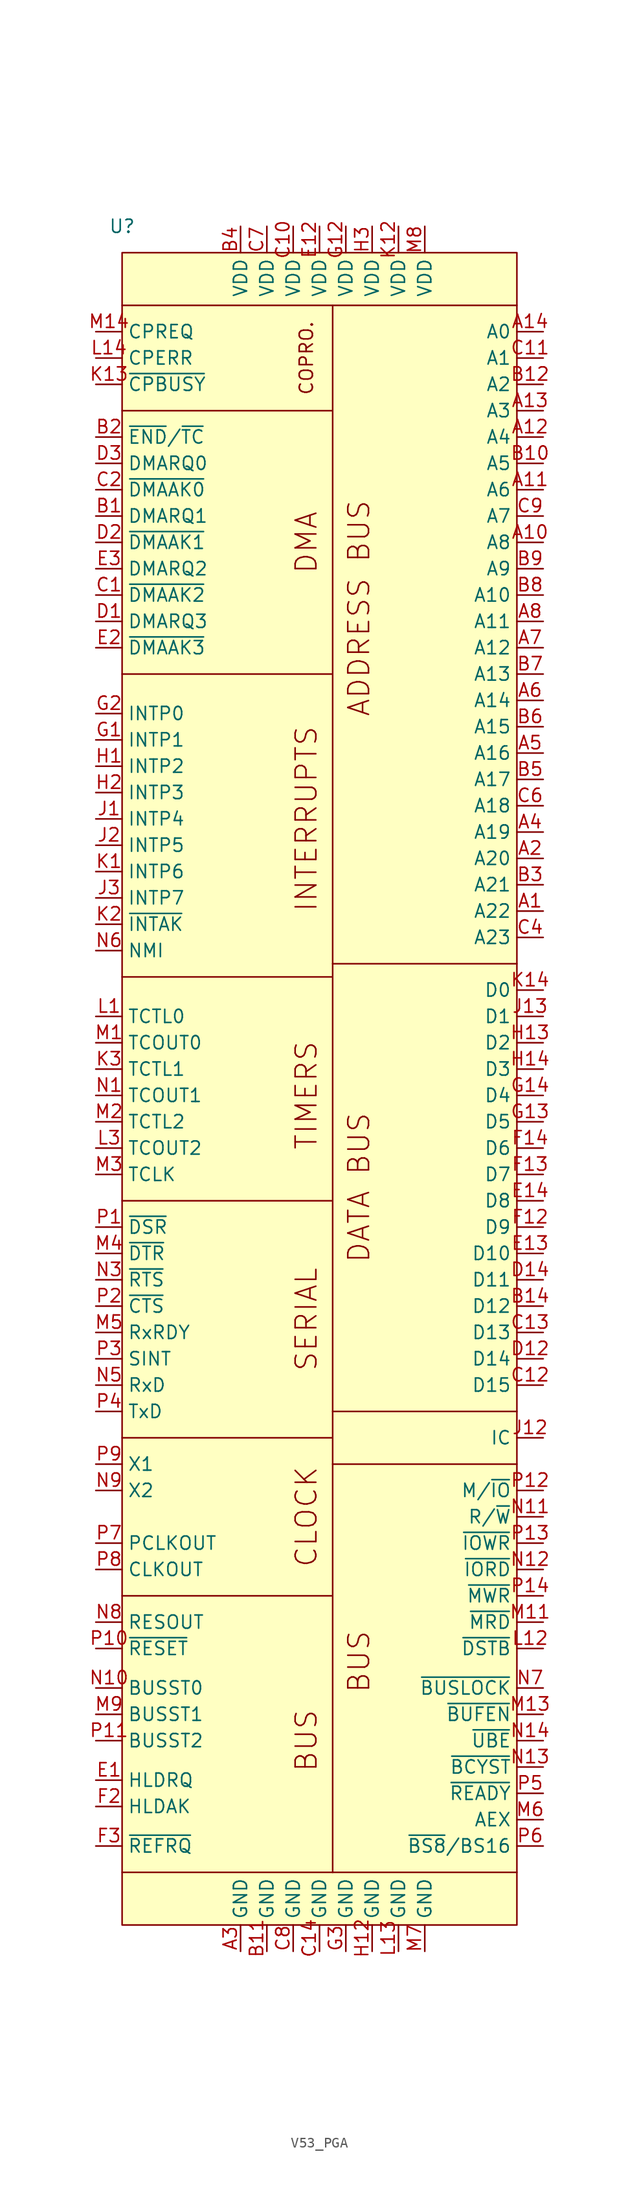
<source format=kicad_sym>
(kicad_symbol_lib
  (version 20220914)
  (generator kicad_symbol_editor)
  (symbol "V53_PGA"
    (property "Reference" "U"
      (at 0 163.83 0)
      (effects (font (size 1.27 1.27))))
    (property "Value" ""
      (at 0 66.04 0)
      (effects (font (size 1.27 1.27))))
    (symbol "V53_PGA_1_1"
      (polyline (pts (xy 0 5.08) (xy 38.1 5.08)) (stroke (width 0) (type default)) (fill (type none)))
      (polyline (pts (xy 0 31.75) (xy 20.32 31.75)) (stroke (width 0) (type default)) (fill (type none)))
      (polyline (pts (xy 0 46.99) (xy 20.32 46.99)) (stroke (width 0) (type default)) (fill (type none)))
      (polyline (pts (xy 0 69.85) (xy 20.32 69.85)) (stroke (width 0) (type default)) (fill (type none)))
      (polyline (pts (xy 0 91.44) (xy 20.32 91.44)) (stroke (width 0) (type default)) (fill (type none)))
      (polyline (pts (xy 0 120.65) (xy 20.32 120.65)) (stroke (width 0) (type default)) (fill (type none)))
      (polyline (pts (xy 0 146.05) (xy 20.32 146.05)) (stroke (width 0) (type default)) (fill (type none)))
      (polyline (pts (xy 0 156.21) (xy 38.1 156.21)) (stroke (width 0) (type default)) (fill (type none)))
      (polyline (pts (xy 20.32 156.21) (xy 20.32 5.08)) (stroke (width 0) (type default)) (fill (type none)))
      (polyline (pts (xy 38.1 44.45) (xy 20.32 44.45)) (stroke (width 0) (type default)) (fill (type none)))
      (polyline (pts (xy 38.1 49.53) (xy 20.32 49.53)) (stroke (width 0) (type default)) (fill (type none)))
      (polyline (pts (xy 38.1 92.71) (xy 20.32 92.71)) (stroke (width 0) (type default)) (fill (type none)))
      (rectangle (start 0 161.29) (end 38.1 0) (stroke (width 0) (type default)) (fill (type background)))
      (text "ADDRESS BUS" (at 22.86 127 900) (effects (font (size 2 2))))
      (text "BUS" (at 17.78 17.78 900) (effects (font (size 2 2))))
      (text "BUS" (at 22.86 25.4 900) (effects (font (size 2 2))))
      (text "CLOCK" (at 17.78 39.37 900) (effects (font (size 2 2))))
      (text "COPRO." (at 17.78 151.13 900) (effects (font (size 1.27 1.27))))
      (text "DATA BUS" (at 22.86 71.12 900) (effects (font (size 2 2))))
      (text "DMA" (at 17.78 133.35 900) (effects (font (size 2 2))))
      (text "INTERRUPTS" (at 17.78 106.68 900) (effects (font (size 2 2))))
      (text "SERIAL" (at 17.78 58.42 900) (effects (font (size 2 2))))
      (text "TIMERS" (at 17.78 80.01 900) (effects (font (size 2 2))))
      (pin output line (at 40.64 97.79 180) (length 2.54) (name "A22" (effects (font (size 1.27 1.27)))) (number "A1" (effects (font (size 1.27 1.27)))))
      (pin output line (at 40.64 133.35 180) (length 2.54) (name "A8" (effects (font (size 1.27 1.27)))) (number "A10" (effects (font (size 1.27 1.27)))))
      (pin output line (at 40.64 138.43 180) (length 2.54) (name "A6" (effects (font (size 1.27 1.27)))) (number "A11" (effects (font (size 1.27 1.27)))))
      (pin output line (at 40.64 143.51 180) (length 2.54) (name "A4" (effects (font (size 1.27 1.27)))) (number "A12" (effects (font (size 1.27 1.27)))))
      (pin output line (at 40.64 146.05 180) (length 2.54) (name "A3" (effects (font (size 1.27 1.27)))) (number "A13" (effects (font (size 1.27 1.27)))))
      (pin output line (at 40.64 153.67 180) (length 2.54) (name "A0" (effects (font (size 1.27 1.27)))) (number "A14" (effects (font (size 1.27 1.27)))))
      (pin output line (at 40.64 102.87 180) (length 2.54) (name "A20" (effects (font (size 1.27 1.27)))) (number "A2" (effects (font (size 1.27 1.27)))))
      (pin power_in line (at 11.43 -2.54 90) (length 2.54) (name "GND" (effects (font (size 1.27 1.27)))) (number "A3" (effects (font (size 1.27 1.27)))))
      (pin output line (at 40.64 105.41 180) (length 2.54) (name "A19" (effects (font (size 1.27 1.27)))) (number "A4" (effects (font (size 1.27 1.27)))))
      (pin output line (at 40.64 113.03 180) (length 2.54) (name "A16" (effects (font (size 1.27 1.27)))) (number "A5" (effects (font (size 1.27 1.27)))))
      (pin output line (at 40.64 118.11 180) (length 2.54) (name "A14" (effects (font (size 1.27 1.27)))) (number "A6" (effects (font (size 1.27 1.27)))))
      (pin output line (at 40.64 123.19 180) (length 2.54) (name "A12" (effects (font (size 1.27 1.27)))) (number "A7" (effects (font (size 1.27 1.27)))))
      (pin output line (at 40.64 125.73 180) (length 2.54) (name "A11" (effects (font (size 1.27 1.27)))) (number "A8" (effects (font (size 1.27 1.27)))))
      (pin input line (at -2.54 135.89 0) (length 2.54) (name "DMARQ1" (effects (font (size 1.27 1.27)))) (number "B1" (effects (font (size 1.27 1.27)))))
      (pin output line (at 40.64 140.97 180) (length 2.54) (name "A5" (effects (font (size 1.27 1.27)))) (number "B10" (effects (font (size 1.27 1.27)))))
      (pin power_in line (at 13.97 -2.54 90) (length 2.54) (name "GND" (effects (font (size 1.27 1.27)))) (number "B11" (effects (font (size 1.27 1.27)))))
      (pin output line (at 40.64 148.59 180) (length 2.54) (name "A2" (effects (font (size 1.27 1.27)))) (number "B12" (effects (font (size 1.27 1.27)))))
      (pin bidirectional line (at 40.64 59.69 180) (length 2.54) (name "D12" (effects (font (size 1.27 1.27)))) (number "B14" (effects (font (size 1.27 1.27)))))
      (pin bidirectional line (at -2.54 143.51 0) (length 2.54) (name "~{END}/~{TC}" (effects (font (size 1.27 1.27)))) (number "B2" (effects (font (size 1.27 1.27)))))
      (pin output line (at 40.64 100.33 180) (length 2.54) (name "A21" (effects (font (size 1.27 1.27)))) (number "B3" (effects (font (size 1.27 1.27)))))
      (pin power_in line (at 11.43 163.83 270) (length 2.54) (name "VDD" (effects (font (size 1.27 1.27)))) (number "B4" (effects (font (size 1.27 1.27)))))
      (pin output line (at 40.64 110.49 180) (length 2.54) (name "A17" (effects (font (size 1.27 1.27)))) (number "B5" (effects (font (size 1.27 1.27)))))
      (pin output line (at 40.64 115.57 180) (length 2.54) (name "A15" (effects (font (size 1.27 1.27)))) (number "B6" (effects (font (size 1.27 1.27)))))
      (pin output line (at 40.64 120.65 180) (length 2.54) (name "A13" (effects (font (size 1.27 1.27)))) (number "B7" (effects (font (size 1.27 1.27)))))
      (pin output line (at 40.64 128.27 180) (length 2.54) (name "A10" (effects (font (size 1.27 1.27)))) (number "B8" (effects (font (size 1.27 1.27)))))
      (pin output line (at 40.64 130.81 180) (length 2.54) (name "A9" (effects (font (size 1.27 1.27)))) (number "B9" (effects (font (size 1.27 1.27)))))
      (pin output line (at -2.54 128.27 0) (length 2.54) (name "~{DMAAK2}" (effects (font (size 1.27 1.27)))) (number "C1" (effects (font (size 1.27 1.27)))))
      (pin power_in line (at 16.51 163.83 270) (length 2.54) (name "VDD" (effects (font (size 1.27 1.27)))) (number "C10" (effects (font (size 1.27 1.27)))))
      (pin output line (at 40.64 151.13 180) (length 2.54) (name "A1" (effects (font (size 1.27 1.27)))) (number "C11" (effects (font (size 1.27 1.27)))))
      (pin bidirectional line (at 40.64 52.07 180) (length 2.54) (name "D15" (effects (font (size 1.27 1.27)))) (number "C12" (effects (font (size 1.27 1.27)))))
      (pin bidirectional line (at 40.64 57.15 180) (length 2.54) (name "D13" (effects (font (size 1.27 1.27)))) (number "C13" (effects (font (size 1.27 1.27)))))
      (pin power_in line (at 19.05 -2.54 90) (length 2.54) (name "GND" (effects (font (size 1.27 1.27)))) (number "C14" (effects (font (size 1.27 1.27)))))
      (pin output line (at -2.54 138.43 0) (length 2.54) (name "~{DMAAK0}" (effects (font (size 1.27 1.27)))) (number "C2" (effects (font (size 1.27 1.27)))))
      (pin output line (at 40.64 95.25 180) (length 2.54) (name "A23" (effects (font (size 1.27 1.27)))) (number "C4" (effects (font (size 1.27 1.27)))))
      (pin output line (at 40.64 107.95 180) (length 2.54) (name "A18" (effects (font (size 1.27 1.27)))) (number "C6" (effects (font (size 1.27 1.27)))))
      (pin power_in line (at 13.97 163.83 270) (length 2.54) (name "VDD" (effects (font (size 1.27 1.27)))) (number "C7" (effects (font (size 1.27 1.27)))))
      (pin power_in line (at 16.51 -2.54 90) (length 2.54) (name "GND" (effects (font (size 1.27 1.27)))) (number "C8" (effects (font (size 1.27 1.27)))))
      (pin output line (at 40.64 135.89 180) (length 2.54) (name "A7" (effects (font (size 1.27 1.27)))) (number "C9" (effects (font (size 1.27 1.27)))))
      (pin input line (at -2.54 125.73 0) (length 2.54) (name "DMARQ3" (effects (font (size 1.27 1.27)))) (number "D1" (effects (font (size 1.27 1.27)))))
      (pin bidirectional line (at 40.64 54.61 180) (length 2.54) (name "D14" (effects (font (size 1.27 1.27)))) (number "D12" (effects (font (size 1.27 1.27)))))
      (pin bidirectional line (at 40.64 62.23 180) (length 2.54) (name "D11" (effects (font (size 1.27 1.27)))) (number "D14" (effects (font (size 1.27 1.27)))))
      (pin output line (at -2.54 133.35 0) (length 2.54) (name "~{DMAAK1}" (effects (font (size 1.27 1.27)))) (number "D2" (effects (font (size 1.27 1.27)))))
      (pin input line (at -2.54 140.97 0) (length 2.54) (name "DMARQ0" (effects (font (size 1.27 1.27)))) (number "D3" (effects (font (size 1.27 1.27)))))
      (pin input line (at -2.54 13.97 0) (length 2.54) (name "HLDRQ" (effects (font (size 1.27 1.27)))) (number "E1" (effects (font (size 1.27 1.27)))))
      (pin power_in line (at 19.05 163.83 270) (length 2.54) (name "VDD" (effects (font (size 1.27 1.27)))) (number "E12" (effects (font (size 1.27 1.27)))))
      (pin bidirectional line (at 40.64 64.77 180) (length 2.54) (name "D10" (effects (font (size 1.27 1.27)))) (number "E13" (effects (font (size 1.27 1.27)))))
      (pin bidirectional line (at 40.64 69.85 180) (length 2.54) (name "D8" (effects (font (size 1.27 1.27)))) (number "E14" (effects (font (size 1.27 1.27)))))
      (pin output line (at -2.54 123.19 0) (length 2.54) (name "~{DMAAK3}" (effects (font (size 1.27 1.27)))) (number "E2" (effects (font (size 1.27 1.27)))))
      (pin input line (at -2.54 130.81 0) (length 2.54) (name "DMARQ2" (effects (font (size 1.27 1.27)))) (number "E3" (effects (font (size 1.27 1.27)))))
      (pin bidirectional line (at 40.64 67.31 180) (length 2.54) (name "D9" (effects (font (size 1.27 1.27)))) (number "F12" (effects (font (size 1.27 1.27)))))
      (pin bidirectional line (at 40.64 72.39 180) (length 2.54) (name "D7" (effects (font (size 1.27 1.27)))) (number "F13" (effects (font (size 1.27 1.27)))))
      (pin bidirectional line (at 40.64 74.93 180) (length 2.54) (name "D6" (effects (font (size 1.27 1.27)))) (number "F14" (effects (font (size 1.27 1.27)))))
      (pin output line (at -2.54 11.43 0) (length 2.54) (name "HLDAK" (effects (font (size 1.27 1.27)))) (number "F2" (effects (font (size 1.27 1.27)))))
      (pin output line (at -2.54 7.62 0) (length 2.54) (name "~{REFRQ}" (effects (font (size 1.27 1.27)))) (number "F3" (effects (font (size 1.27 1.27)))))
      (pin input line (at -2.54 114.3 0) (length 2.54) (name "INTP1" (effects (font (size 1.27 1.27)))) (number "G1" (effects (font (size 1.27 1.27)))))
      (pin power_in line (at 21.59 163.83 270) (length 2.54) (name "VDD" (effects (font (size 1.27 1.27)))) (number "G12" (effects (font (size 1.27 1.27)))))
      (pin bidirectional line (at 40.64 77.47 180) (length 2.54) (name "D5" (effects (font (size 1.27 1.27)))) (number "G13" (effects (font (size 1.27 1.27)))))
      (pin bidirectional line (at 40.64 80.01 180) (length 2.54) (name "D4" (effects (font (size 1.27 1.27)))) (number "G14" (effects (font (size 1.27 1.27)))))
      (pin input line (at -2.54 116.84 0) (length 2.54) (name "INTP0" (effects (font (size 1.27 1.27)))) (number "G2" (effects (font (size 1.27 1.27)))))
      (pin power_in line (at 21.59 -2.54 90) (length 2.54) (name "GND" (effects (font (size 1.27 1.27)))) (number "G3" (effects (font (size 1.27 1.27)))))
      (pin input line (at -2.54 111.76 0) (length 2.54) (name "INTP2" (effects (font (size 1.27 1.27)))) (number "H1" (effects (font (size 1.27 1.27)))))
      (pin power_in line (at 24.13 -2.54 90) (length 2.54) (name "GND" (effects (font (size 1.27 1.27)))) (number "H12" (effects (font (size 1.27 1.27)))))
      (pin bidirectional line (at 40.64 85.09 180) (length 2.54) (name "D2" (effects (font (size 1.27 1.27)))) (number "H13" (effects (font (size 1.27 1.27)))))
      (pin bidirectional line (at 40.64 82.55 180) (length 2.54) (name "D3" (effects (font (size 1.27 1.27)))) (number "H14" (effects (font (size 1.27 1.27)))))
      (pin input line (at -2.54 109.22 0) (length 2.54) (name "INTP3" (effects (font (size 1.27 1.27)))) (number "H2" (effects (font (size 1.27 1.27)))))
      (pin power_in line (at 24.13 163.83 270) (length 2.54) (name "VDD" (effects (font (size 1.27 1.27)))) (number "H3" (effects (font (size 1.27 1.27)))))
      (pin input line (at -2.54 106.68 0) (length 2.54) (name "INTP4" (effects (font (size 1.27 1.27)))) (number "J1" (effects (font (size 1.27 1.27)))))
      (pin unspecified line (at 40.64 46.99 180) (length 2.54) (name "IC" (effects (font (size 1.27 1.27)))) (number "J12" (effects (font (size 1.27 1.27)))))
      (pin bidirectional line (at 40.64 87.63 180) (length 2.54) (name "D1" (effects (font (size 1.27 1.27)))) (number "J13" (effects (font (size 1.27 1.27)))))
      (pin input line (at -2.54 104.14 0) (length 2.54) (name "INTP5" (effects (font (size 1.27 1.27)))) (number "J2" (effects (font (size 1.27 1.27)))))
      (pin input line (at -2.54 99.06 0) (length 2.54) (name "INTP7" (effects (font (size 1.27 1.27)))) (number "J3" (effects (font (size 1.27 1.27)))))
      (pin input line (at -2.54 101.6 0) (length 2.54) (name "INTP6" (effects (font (size 1.27 1.27)))) (number "K1" (effects (font (size 1.27 1.27)))))
      (pin power_in line (at 26.67 163.83 270) (length 2.54) (name "VDD" (effects (font (size 1.27 1.27)))) (number "K12" (effects (font (size 1.27 1.27)))))
      (pin input line (at -2.54 148.59 0) (length 2.54) (name "~{CPBUSY}" (effects (font (size 1.27 1.27)))) (number "K13" (effects (font (size 1.27 1.27)))))
      (pin bidirectional line (at 40.64 90.17 180) (length 2.54) (name "D0" (effects (font (size 1.27 1.27)))) (number "K14" (effects (font (size 1.27 1.27)))))
      (pin output line (at -2.54 96.52 0) (length 2.54) (name "~{INTAK}" (effects (font (size 1.27 1.27)))) (number "K2" (effects (font (size 1.27 1.27)))))
      (pin input line (at -2.54 82.55 0) (length 2.54) (name "TCTL1" (effects (font (size 1.27 1.27)))) (number "K3" (effects (font (size 1.27 1.27)))))
      (pin input line (at -2.54 87.63 0) (length 2.54) (name "TCTL0" (effects (font (size 1.27 1.27)))) (number "L1" (effects (font (size 1.27 1.27)))))
      (pin output line (at 40.64 26.67 180) (length 2.54) (name "~{DSTB}" (effects (font (size 1.27 1.27)))) (number "L12" (effects (font (size 1.27 1.27)))))
      (pin power_in line (at 26.67 -2.54 90) (length 2.54) (name "GND" (effects (font (size 1.27 1.27)))) (number "L13" (effects (font (size 1.27 1.27)))))
      (pin input line (at -2.54 151.13 0) (length 2.54) (name "CPERR" (effects (font (size 1.27 1.27)))) (number "L14" (effects (font (size 1.27 1.27)))))
      (pin output line (at -2.54 74.93 0) (length 2.54) (name "TCOUT2" (effects (font (size 1.27 1.27)))) (number "L3" (effects (font (size 1.27 1.27)))))
      (pin output line (at -2.54 85.09 0) (length 2.54) (name "TCOUT0" (effects (font (size 1.27 1.27)))) (number "M1" (effects (font (size 1.27 1.27)))))
      (pin output line (at 40.64 29.21 180) (length 2.54) (name "~{MRD}" (effects (font (size 1.27 1.27)))) (number "M11" (effects (font (size 1.27 1.27)))))
      (pin output line (at 40.64 20.32 180) (length 2.54) (name "~{BUFEN}" (effects (font (size 1.27 1.27)))) (number "M13" (effects (font (size 1.27 1.27)))))
      (pin input line (at -2.54 153.67 0) (length 2.54) (name "CPREQ" (effects (font (size 1.27 1.27)))) (number "M14" (effects (font (size 1.27 1.27)))))
      (pin input line (at -2.54 77.47 0) (length 2.54) (name "TCTL2" (effects (font (size 1.27 1.27)))) (number "M2" (effects (font (size 1.27 1.27)))))
      (pin input line (at -2.54 72.39 0) (length 2.54) (name "TCLK" (effects (font (size 1.27 1.27)))) (number "M3" (effects (font (size 1.27 1.27)))))
      (pin output line (at -2.54 64.77 0) (length 2.54) (name "~{DTR}" (effects (font (size 1.27 1.27)))) (number "M4" (effects (font (size 1.27 1.27)))))
      (pin output line (at -2.54 57.15 0) (length 2.54) (name "RxRDY" (effects (font (size 1.27 1.27)))) (number "M5" (effects (font (size 1.27 1.27)))))
      (pin output line (at 40.64 10.16 180) (length 2.54) (name "AEX" (effects (font (size 1.27 1.27)))) (number "M6" (effects (font (size 1.27 1.27)))))
      (pin power_in line (at 29.21 -2.54 90) (length 2.54) (name "GND" (effects (font (size 1.27 1.27)))) (number "M7" (effects (font (size 1.27 1.27)))))
      (pin power_in line (at 29.21 163.83 270) (length 2.54) (name "VDD" (effects (font (size 1.27 1.27)))) (number "M8" (effects (font (size 1.27 1.27)))))
      (pin output line (at -2.54 20.32 0) (length 2.54) (name "BUSST1" (effects (font (size 1.27 1.27)))) (number "M9" (effects (font (size 1.27 1.27)))))
      (pin output line (at -2.54 80.01 0) (length 2.54) (name "TCOUT1" (effects (font (size 1.27 1.27)))) (number "N1" (effects (font (size 1.27 1.27)))))
      (pin output line (at -2.54 22.86 0) (length 2.54) (name "BUSST0" (effects (font (size 1.27 1.27)))) (number "N10" (effects (font (size 1.27 1.27)))))
      (pin output line (at 40.64 39.37 180) (length 2.54) (name "R/~{W}" (effects (font (size 1.27 1.27)))) (number "N11" (effects (font (size 1.27 1.27)))))
      (pin output line (at 40.64 34.29 180) (length 2.54) (name "~{IORD}" (effects (font (size 1.27 1.27)))) (number "N12" (effects (font (size 1.27 1.27)))))
      (pin output line (at 40.64 15.24 180) (length 2.54) (name "~{BCYST}" (effects (font (size 1.27 1.27)))) (number "N13" (effects (font (size 1.27 1.27)))))
      (pin output line (at 40.64 17.78 180) (length 2.54) (name "~{UBE}" (effects (font (size 1.27 1.27)))) (number "N14" (effects (font (size 1.27 1.27)))))
      (pin output line (at -2.54 62.23 0) (length 2.54) (name "~{RTS}" (effects (font (size 1.27 1.27)))) (number "N3" (effects (font (size 1.27 1.27)))))
      (pin input line (at -2.54 52.07 0) (length 2.54) (name "RxD" (effects (font (size 1.27 1.27)))) (number "N5" (effects (font (size 1.27 1.27)))))
      (pin input line (at -2.54 93.98 0) (length 2.54) (name "NMI" (effects (font (size 1.27 1.27)))) (number "N6" (effects (font (size 1.27 1.27)))))
      (pin output line (at 40.64 22.86 180) (length 2.54) (name "~{BUSLOCK}" (effects (font (size 1.27 1.27)))) (number "N7" (effects (font (size 1.27 1.27)))))
      (pin output line (at -2.54 29.21 0) (length 2.54) (name "RESOUT" (effects (font (size 1.27 1.27)))) (number "N8" (effects (font (size 1.27 1.27)))))
      (pin unspecified line (at -2.54 41.91 0) (length 2.54) (name "X2" (effects (font (size 1.27 1.27)))) (number "N9" (effects (font (size 1.27 1.27)))))
      (pin input line (at -2.54 67.31 0) (length 2.54) (name "~{DSR}" (effects (font (size 1.27 1.27)))) (number "P1" (effects (font (size 1.27 1.27)))))
      (pin input line (at -2.54 26.67 0) (length 2.54) (name "~{RESET}" (effects (font (size 1.27 1.27)))) (number "P10" (effects (font (size 1.27 1.27)))))
      (pin output line (at -2.54 17.78 0) (length 2.54) (name "BUSST2" (effects (font (size 1.27 1.27)))) (number "P11" (effects (font (size 1.27 1.27)))))
      (pin output line (at 40.64 41.91 180) (length 2.54) (name "M/~{IO}" (effects (font (size 1.27 1.27)))) (number "P12" (effects (font (size 1.27 1.27)))))
      (pin output line (at 40.64 36.83 180) (length 2.54) (name "~{IOWR}" (effects (font (size 1.27 1.27)))) (number "P13" (effects (font (size 1.27 1.27)))))
      (pin output line (at 40.64 31.75 180) (length 2.54) (name "~{MWR}" (effects (font (size 1.27 1.27)))) (number "P14" (effects (font (size 1.27 1.27)))))
      (pin output line (at -2.54 59.69 0) (length 2.54) (name "~{CTS}" (effects (font (size 1.27 1.27)))) (number "P2" (effects (font (size 1.27 1.27)))))
      (pin output line (at -2.54 54.61 0) (length 2.54) (name "SINT" (effects (font (size 1.27 1.27)))) (number "P3" (effects (font (size 1.27 1.27)))))
      (pin output line (at -2.54 49.53 0) (length 2.54) (name "TxD" (effects (font (size 1.27 1.27)))) (number "P4" (effects (font (size 1.27 1.27)))))
      (pin input line (at 40.64 12.7 180) (length 2.54) (name "~{READY}" (effects (font (size 1.27 1.27)))) (number "P5" (effects (font (size 1.27 1.27)))))
      (pin input line (at 40.64 7.62 180) (length 2.54) (name "~{BS8}/BS16" (effects (font (size 1.27 1.27)))) (number "P6" (effects (font (size 1.27 1.27)))))
      (pin output line (at -2.54 36.83 0) (length 2.54) (name "PCLKOUT" (effects (font (size 1.27 1.27)))) (number "P7" (effects (font (size 1.27 1.27)))))
      (pin output line (at -2.54 34.29 0) (length 2.54) (name "CLKOUT" (effects (font (size 1.27 1.27)))) (number "P8" (effects (font (size 1.27 1.27)))))
      (pin unspecified line (at -2.54 44.45 0) (length 2.54) (name "X1" (effects (font (size 1.27 1.27)))) (number "P9" (effects (font (size 1.27 1.27))))))))
</source>
